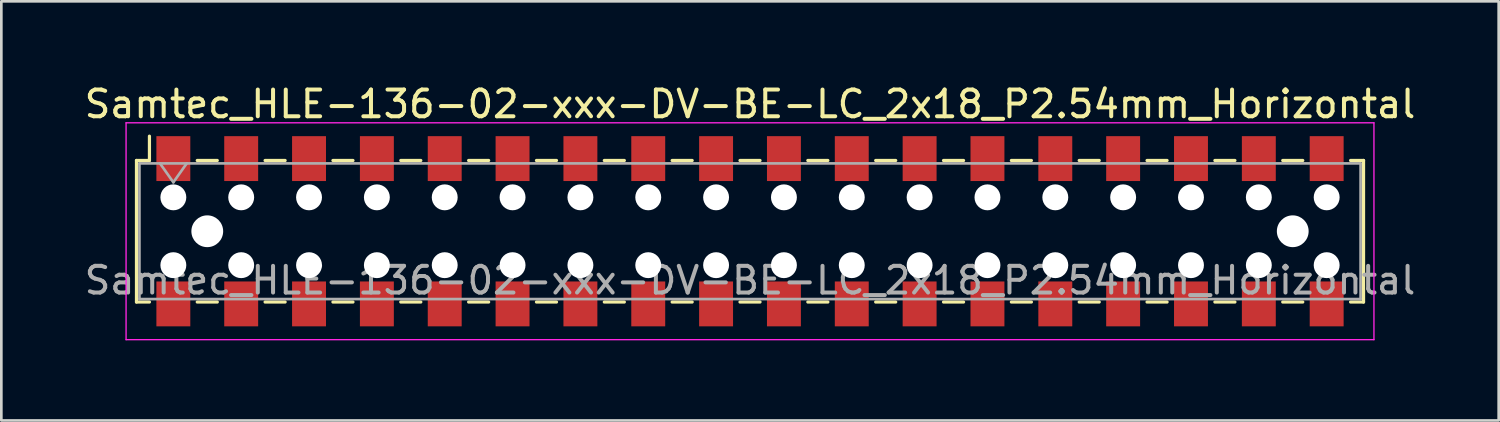
<source format=kicad_pcb>
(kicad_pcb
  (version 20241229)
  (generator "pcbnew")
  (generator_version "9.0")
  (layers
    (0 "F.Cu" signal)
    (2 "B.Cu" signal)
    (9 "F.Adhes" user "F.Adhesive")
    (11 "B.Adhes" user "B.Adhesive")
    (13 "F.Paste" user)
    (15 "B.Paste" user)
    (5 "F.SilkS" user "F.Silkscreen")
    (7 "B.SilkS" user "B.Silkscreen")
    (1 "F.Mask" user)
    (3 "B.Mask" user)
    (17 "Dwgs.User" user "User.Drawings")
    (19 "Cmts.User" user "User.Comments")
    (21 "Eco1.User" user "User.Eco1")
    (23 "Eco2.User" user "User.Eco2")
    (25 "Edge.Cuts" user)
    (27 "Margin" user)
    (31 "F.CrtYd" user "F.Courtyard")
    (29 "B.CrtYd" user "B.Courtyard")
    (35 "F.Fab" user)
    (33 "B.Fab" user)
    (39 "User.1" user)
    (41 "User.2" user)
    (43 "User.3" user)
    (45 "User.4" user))
  (footprint "Samtec_HLE-136-02-xxx-DV-BE-LC_2x18_P2.54mm_Horizontal"
    (layer "F.Cu")
    (at 25.03 5.608)
    (property "Reference" "Samtec_HLE-136-02-xxx-DV-BE-LC_2x18_P2.54mm_Horizontal" (at 0 -4.76 0) (layer "F.SilkS") (effects (font (size 1 1) (thickness 0.15))))
    (attr smd)
    (fp_line (start -22.97 -2.65) (end -22.97 2.65) (stroke (width 0.12) (type solid)) (layer "F.SilkS"))
    (fp_line (start -22.97 2.65) (end -22.485 2.65) (stroke (width 0.12) (type solid)) (layer "F.SilkS"))
    (fp_line (start -22.485 -3.56) (end -22.485 -2.65) (stroke (width 0.12) (type solid)) (layer "F.SilkS"))
    (fp_line (start -22.485 -2.65) (end -22.97 -2.65) (stroke (width 0.12) (type solid)) (layer "F.SilkS"))
    (fp_line (start -20.695 -2.65) (end -19.945 -2.65) (stroke (width 0.12) (type solid)) (layer "F.SilkS"))
    (fp_line (start -20.695 2.65) (end -19.945 2.65) (stroke (width 0.12) (type solid)) (layer "F.SilkS"))
    (fp_line (start -18.155 -2.65) (end -17.405 -2.65) (stroke (width 0.12) (type solid)) (layer "F.SilkS"))
    (fp_line (start -18.155 2.65) (end -17.405 2.65) (stroke (width 0.12) (type solid)) (layer "F.SilkS"))
    (fp_line (start -15.615 -2.65) (end -14.865 -2.65) (stroke (width 0.12) (type solid)) (layer "F.SilkS"))
    (fp_line (start -15.615 2.65) (end -14.865 2.65) (stroke (width 0.12) (type solid)) (layer "F.SilkS"))
    (fp_line (start -13.075 -2.65) (end -12.325 -2.65) (stroke (width 0.12) (type solid)) (layer "F.SilkS"))
    (fp_line (start -13.075 2.65) (end -12.325 2.65) (stroke (width 0.12) (type solid)) (layer "F.SilkS"))
    (fp_line (start -10.535 -2.65) (end -9.785 -2.65) (stroke (width 0.12) (type solid)) (layer "F.SilkS"))
    (fp_line (start -10.535 2.65) (end -9.785 2.65) (stroke (width 0.12) (type solid)) (layer "F.SilkS"))
    (fp_line (start -7.995 -2.65) (end -7.245 -2.65) (stroke (width 0.12) (type solid)) (layer "F.SilkS"))
    (fp_line (start -7.995 2.65) (end -7.245 2.65) (stroke (width 0.12) (type solid)) (layer "F.SilkS"))
    (fp_line (start -5.455 -2.65) (end -4.705 -2.65) (stroke (width 0.12) (type solid)) (layer "F.SilkS"))
    (fp_line (start -5.455 2.65) (end -4.705 2.65) (stroke (width 0.12) (type solid)) (layer "F.SilkS"))
    (fp_line (start -2.915 -2.65) (end -2.165 -2.65) (stroke (width 0.12) (type solid)) (layer "F.SilkS"))
    (fp_line (start -2.915 2.65) (end -2.165 2.65) (stroke (width 0.12) (type solid)) (layer "F.SilkS"))
    (fp_line (start -0.375 -2.65) (end 0.375 -2.65) (stroke (width 0.12) (type solid)) (layer "F.SilkS"))
    (fp_line (start -0.375 2.65) (end 0.375 2.65) (stroke (width 0.12) (type solid)) (layer "F.SilkS"))
    (fp_line (start 2.165 -2.65) (end 2.915 -2.65) (stroke (width 0.12) (type solid)) (layer "F.SilkS"))
    (fp_line (start 2.165 2.65) (end 2.915 2.65) (stroke (width 0.12) (type solid)) (layer "F.SilkS"))
    (fp_line (start 4.705 -2.65) (end 5.455 -2.65) (stroke (width 0.12) (type solid)) (layer "F.SilkS"))
    (fp_line (start 4.705 2.65) (end 5.455 2.65) (stroke (width 0.12) (type solid)) (layer "F.SilkS"))
    (fp_line (start 7.245 -2.65) (end 7.995 -2.65) (stroke (width 0.12) (type solid)) (layer "F.SilkS"))
    (fp_line (start 7.245 2.65) (end 7.995 2.65) (stroke (width 0.12) (type solid)) (layer "F.SilkS"))
    (fp_line (start 9.785 -2.65) (end 10.535 -2.65) (stroke (width 0.12) (type solid)) (layer "F.SilkS"))
    (fp_line (start 9.785 2.65) (end 10.535 2.65) (stroke (width 0.12) (type solid)) (layer "F.SilkS"))
    (fp_line (start 12.325 -2.65) (end 13.075 -2.65) (stroke (width 0.12) (type solid)) (layer "F.SilkS"))
    (fp_line (start 12.325 2.65) (end 13.075 2.65) (stroke (width 0.12) (type solid)) (layer "F.SilkS"))
    (fp_line (start 14.865 -2.65) (end 15.615 -2.65) (stroke (width 0.12) (type solid)) (layer "F.SilkS"))
    (fp_line (start 14.865 2.65) (end 15.615 2.65) (stroke (width 0.12) (type solid)) (layer "F.SilkS"))
    (fp_line (start 17.405 -2.65) (end 18.155 -2.65) (stroke (width 0.12) (type solid)) (layer "F.SilkS"))
    (fp_line (start 17.405 2.65) (end 18.155 2.65) (stroke (width 0.12) (type solid)) (layer "F.SilkS"))
    (fp_line (start 19.945 -2.65) (end 20.695 -2.65) (stroke (width 0.12) (type solid)) (layer "F.SilkS"))
    (fp_line (start 19.945 2.65) (end 20.695 2.65) (stroke (width 0.12) (type solid)) (layer "F.SilkS"))
    (fp_line (start 22.485 -2.65) (end 22.97 -2.65) (stroke (width 0.12) (type solid)) (layer "F.SilkS"))
    (fp_line (start 22.97 -2.65) (end 22.97 2.65) (stroke (width 0.12) (type solid)) (layer "F.SilkS"))
    (fp_line (start 22.97 2.65) (end 22.485 2.65) (stroke (width 0.12) (type solid)) (layer "F.SilkS"))
    (fp_line (start -23.36 -4.06) (end 23.36 -4.06) (stroke (width 0.05) (type solid)) (layer "F.CrtYd"))
    (fp_line (start -23.36 4.06) (end -23.36 -4.06) (stroke (width 0.05) (type solid)) (layer "F.CrtYd"))
    (fp_line (start 23.36 -4.06) (end 23.36 4.06) (stroke (width 0.05) (type solid)) (layer "F.CrtYd"))
    (fp_line (start 23.36 4.06) (end -23.36 4.06) (stroke (width 0.05) (type solid)) (layer "F.CrtYd"))
    (fp_line (start -22.86 -2.54) (end 22.86 -2.54) (stroke (width 0.1) (type solid)) (layer "F.Fab"))
    (fp_line (start -22.86 2.54) (end -22.86 -2.54) (stroke (width 0.1) (type solid)) (layer "F.Fab"))
    (fp_line (start -22.09 -2.54) (end -21.59 -1.833) (stroke (width 0.1) (type solid)) (layer "F.Fab"))
    (fp_line (start -21.59 -1.833) (end -21.09 -2.54) (stroke (width 0.1) (type solid)) (layer "F.Fab"))
    (fp_line (start 22.86 -2.54) (end 22.86 2.54) (stroke (width 0.1) (type solid)) (layer "F.Fab"))
    (fp_line (start 22.86 2.54) (end -22.86 2.54) (stroke (width 0.1) (type solid)) (layer "F.Fab"))
    (fp_text user "${REFERENCE}" (at 0 1.84 0) (layer "F.Fab") (effects (font (size 1 1) (thickness 0.15))))
    (pad "" np_thru_hole circle (at -21.59 -1.27) (size 0.97 0.97) (drill 0.97) (layers "*.Cu" "*.Mask"))
    (pad "" np_thru_hole circle (at -21.59 1.27) (size 0.97 0.97) (drill 0.97) (layers "*.Cu" "*.Mask"))
    (pad "" np_thru_hole circle (at -20.32 0) (size 1.19 1.19) (drill 1.19) (layers "*.Cu" "*.Mask"))
    (pad "" np_thru_hole circle (at -19.05 -1.27) (size 0.97 0.97) (drill 0.97) (layers "*.Cu" "*.Mask"))
    (pad "" np_thru_hole circle (at -19.05 1.27) (size 0.97 0.97) (drill 0.97) (layers "*.Cu" "*.Mask"))
    (pad "" np_thru_hole circle (at -16.51 -1.27) (size 0.97 0.97) (drill 0.97) (layers "*.Cu" "*.Mask"))
    (pad "" np_thru_hole circle (at -16.51 1.27) (size 0.97 0.97) (drill 0.97) (layers "*.Cu" "*.Mask"))
    (pad "" np_thru_hole circle (at -13.97 -1.27) (size 0.97 0.97) (drill 0.97) (layers "*.Cu" "*.Mask"))
    (pad "" np_thru_hole circle (at -13.97 1.27) (size 0.97 0.97) (drill 0.97) (layers "*.Cu" "*.Mask"))
    (pad "" np_thru_hole circle (at -11.43 -1.27) (size 0.97 0.97) (drill 0.97) (layers "*.Cu" "*.Mask"))
    (pad "" np_thru_hole circle (at -11.43 1.27) (size 0.97 0.97) (drill 0.97) (layers "*.Cu" "*.Mask"))
    (pad "" np_thru_hole circle (at -8.89 -1.27) (size 0.97 0.97) (drill 0.97) (layers "*.Cu" "*.Mask"))
    (pad "" np_thru_hole circle (at -8.89 1.27) (size 0.97 0.97) (drill 0.97) (layers "*.Cu" "*.Mask"))
    (pad "" np_thru_hole circle (at -6.35 -1.27) (size 0.97 0.97) (drill 0.97) (layers "*.Cu" "*.Mask"))
    (pad "" np_thru_hole circle (at -6.35 1.27) (size 0.97 0.97) (drill 0.97) (layers "*.Cu" "*.Mask"))
    (pad "" np_thru_hole circle (at -3.81 -1.27) (size 0.97 0.97) (drill 0.97) (layers "*.Cu" "*.Mask"))
    (pad "" np_thru_hole circle (at -3.81 1.27) (size 0.97 0.97) (drill 0.97) (layers "*.Cu" "*.Mask"))
    (pad "" np_thru_hole circle (at -1.27 -1.27) (size 0.97 0.97) (drill 0.97) (layers "*.Cu" "*.Mask"))
    (pad "" np_thru_hole circle (at -1.27 1.27) (size 0.97 0.97) (drill 0.97) (layers "*.Cu" "*.Mask"))
    (pad "" np_thru_hole circle (at 1.27 -1.27) (size 0.97 0.97) (drill 0.97) (layers "*.Cu" "*.Mask"))
    (pad "" np_thru_hole circle (at 1.27 1.27) (size 0.97 0.97) (drill 0.97) (layers "*.Cu" "*.Mask"))
    (pad "" np_thru_hole circle (at 3.81 -1.27) (size 0.97 0.97) (drill 0.97) (layers "*.Cu" "*.Mask"))
    (pad "" np_thru_hole circle (at 3.81 1.27) (size 0.97 0.97) (drill 0.97) (layers "*.Cu" "*.Mask"))
    (pad "" np_thru_hole circle (at 6.35 -1.27) (size 0.97 0.97) (drill 0.97) (layers "*.Cu" "*.Mask"))
    (pad "" np_thru_hole circle (at 6.35 1.27) (size 0.97 0.97) (drill 0.97) (layers "*.Cu" "*.Mask"))
    (pad "" np_thru_hole circle (at 8.89 -1.27) (size 0.97 0.97) (drill 0.97) (layers "*.Cu" "*.Mask"))
    (pad "" np_thru_hole circle (at 8.89 1.27) (size 0.97 0.97) (drill 0.97) (layers "*.Cu" "*.Mask"))
    (pad "" np_thru_hole circle (at 11.43 -1.27) (size 0.97 0.97) (drill 0.97) (layers "*.Cu" "*.Mask"))
    (pad "" np_thru_hole circle (at 11.43 1.27) (size 0.97 0.97) (drill 0.97) (layers "*.Cu" "*.Mask"))
    (pad "" np_thru_hole circle (at 13.97 -1.27) (size 0.97 0.97) (drill 0.97) (layers "*.Cu" "*.Mask"))
    (pad "" np_thru_hole circle (at 13.97 1.27) (size 0.97 0.97) (drill 0.97) (layers "*.Cu" "*.Mask"))
    (pad "" np_thru_hole circle (at 16.51 -1.27) (size 0.97 0.97) (drill 0.97) (layers "*.Cu" "*.Mask"))
    (pad "" np_thru_hole circle (at 16.51 1.27) (size 0.97 0.97) (drill 0.97) (layers "*.Cu" "*.Mask"))
    (pad "" np_thru_hole circle (at 19.05 -1.27) (size 0.97 0.97) (drill 0.97) (layers "*.Cu" "*.Mask"))
    (pad "" np_thru_hole circle (at 19.05 1.27) (size 0.97 0.97) (drill 0.97) (layers "*.Cu" "*.Mask"))
    (pad "" np_thru_hole circle (at 20.32 0) (size 1.19 1.19) (drill 1.19) (layers "*.Cu" "*.Mask"))
    (pad "" np_thru_hole circle (at 21.59 -1.27) (size 0.97 0.97) (drill 0.97) (layers "*.Cu" "*.Mask"))
    (pad "" np_thru_hole circle (at 21.59 1.27) (size 0.97 0.97) (drill 0.97) (layers "*.Cu" "*.Mask"))
    (pad "1" smd rect (at -21.59 -2.72) (size 1.27 1.68) (layers "F.Cu" "F.Mask" "F.Paste"))
    (pad "2" smd rect (at -21.59 2.72) (size 1.27 1.68) (layers "F.Cu" "F.Mask" "F.Paste"))
    (pad "3" smd rect (at -19.05 -2.72) (size 1.27 1.68) (layers "F.Cu" "F.Mask" "F.Paste"))
    (pad "4" smd rect (at -19.05 2.72) (size 1.27 1.68) (layers "F.Cu" "F.Mask" "F.Paste"))
    (pad "5" smd rect (at -16.51 -2.72) (size 1.27 1.68) (layers "F.Cu" "F.Mask" "F.Paste"))
    (pad "6" smd rect (at -16.51 2.72) (size 1.27 1.68) (layers "F.Cu" "F.Mask" "F.Paste"))
    (pad "7" smd rect (at -13.97 -2.72) (size 1.27 1.68) (layers "F.Cu" "F.Mask" "F.Paste"))
    (pad "8" smd rect (at -13.97 2.72) (size 1.27 1.68) (layers "F.Cu" "F.Mask" "F.Paste"))
    (pad "9" smd rect (at -11.43 -2.72) (size 1.27 1.68) (layers "F.Cu" "F.Mask" "F.Paste"))
    (pad "10" smd rect (at -11.43 2.72) (size 1.27 1.68) (layers "F.Cu" "F.Mask" "F.Paste"))
    (pad "11" smd rect (at -8.89 -2.72) (size 1.27 1.68) (layers "F.Cu" "F.Mask" "F.Paste"))
    (pad "12" smd rect (at -8.89 2.72) (size 1.27 1.68) (layers "F.Cu" "F.Mask" "F.Paste"))
    (pad "13" smd rect (at -6.35 -2.72) (size 1.27 1.68) (layers "F.Cu" "F.Mask" "F.Paste"))
    (pad "14" smd rect (at -6.35 2.72) (size 1.27 1.68) (layers "F.Cu" "F.Mask" "F.Paste"))
    (pad "15" smd rect (at -3.81 -2.72) (size 1.27 1.68) (layers "F.Cu" "F.Mask" "F.Paste"))
    (pad "16" smd rect (at -3.81 2.72) (size 1.27 1.68) (layers "F.Cu" "F.Mask" "F.Paste"))
    (pad "17" smd rect (at -1.27 -2.72) (size 1.27 1.68) (layers "F.Cu" "F.Mask" "F.Paste"))
    (pad "18" smd rect (at -1.27 2.72) (size 1.27 1.68) (layers "F.Cu" "F.Mask" "F.Paste"))
    (pad "19" smd rect (at 1.27 -2.72) (size 1.27 1.68) (layers "F.Cu" "F.Mask" "F.Paste"))
    (pad "20" smd rect (at 1.27 2.72) (size 1.27 1.68) (layers "F.Cu" "F.Mask" "F.Paste"))
    (pad "21" smd rect (at 3.81 -2.72) (size 1.27 1.68) (layers "F.Cu" "F.Mask" "F.Paste"))
    (pad "22" smd rect (at 3.81 2.72) (size 1.27 1.68) (layers "F.Cu" "F.Mask" "F.Paste"))
    (pad "23" smd rect (at 6.35 -2.72) (size 1.27 1.68) (layers "F.Cu" "F.Mask" "F.Paste"))
    (pad "24" smd rect (at 6.35 2.72) (size 1.27 1.68) (layers "F.Cu" "F.Mask" "F.Paste"))
    (pad "25" smd rect (at 8.89 -2.72) (size 1.27 1.68) (layers "F.Cu" "F.Mask" "F.Paste"))
    (pad "26" smd rect (at 8.89 2.72) (size 1.27 1.68) (layers "F.Cu" "F.Mask" "F.Paste"))
    (pad "27" smd rect (at 11.43 -2.72) (size 1.27 1.68) (layers "F.Cu" "F.Mask" "F.Paste"))
    (pad "28" smd rect (at 11.43 2.72) (size 1.27 1.68) (layers "F.Cu" "F.Mask" "F.Paste"))
    (pad "29" smd rect (at 13.97 -2.72) (size 1.27 1.68) (layers "F.Cu" "F.Mask" "F.Paste"))
    (pad "30" smd rect (at 13.97 2.72) (size 1.27 1.68) (layers "F.Cu" "F.Mask" "F.Paste"))
    (pad "31" smd rect (at 16.51 -2.72) (size 1.27 1.68) (layers "F.Cu" "F.Mask" "F.Paste"))
    (pad "32" smd rect (at 16.51 2.72) (size 1.27 1.68) (layers "F.Cu" "F.Mask" "F.Paste"))
    (pad "33" smd rect (at 19.05 -2.72) (size 1.27 1.68) (layers "F.Cu" "F.Mask" "F.Paste"))
    (pad "34" smd rect (at 19.05 2.72) (size 1.27 1.68) (layers "F.Cu" "F.Mask" "F.Paste"))
    (pad "35" smd rect (at 21.59 -2.72) (size 1.27 1.68) (layers "F.Cu" "F.Mask" "F.Paste"))
    (pad "36" smd rect (at 21.59 2.72) (size 1.27 1.68) (layers "F.Cu" "F.Mask" "F.Paste")))
  (gr_rect
    (start -3 -3)
    (end 53.06 12.693)
    (stroke (width 0.1) (type default))
    (fill no)
    (layer "Edge.Cuts")))
</source>
